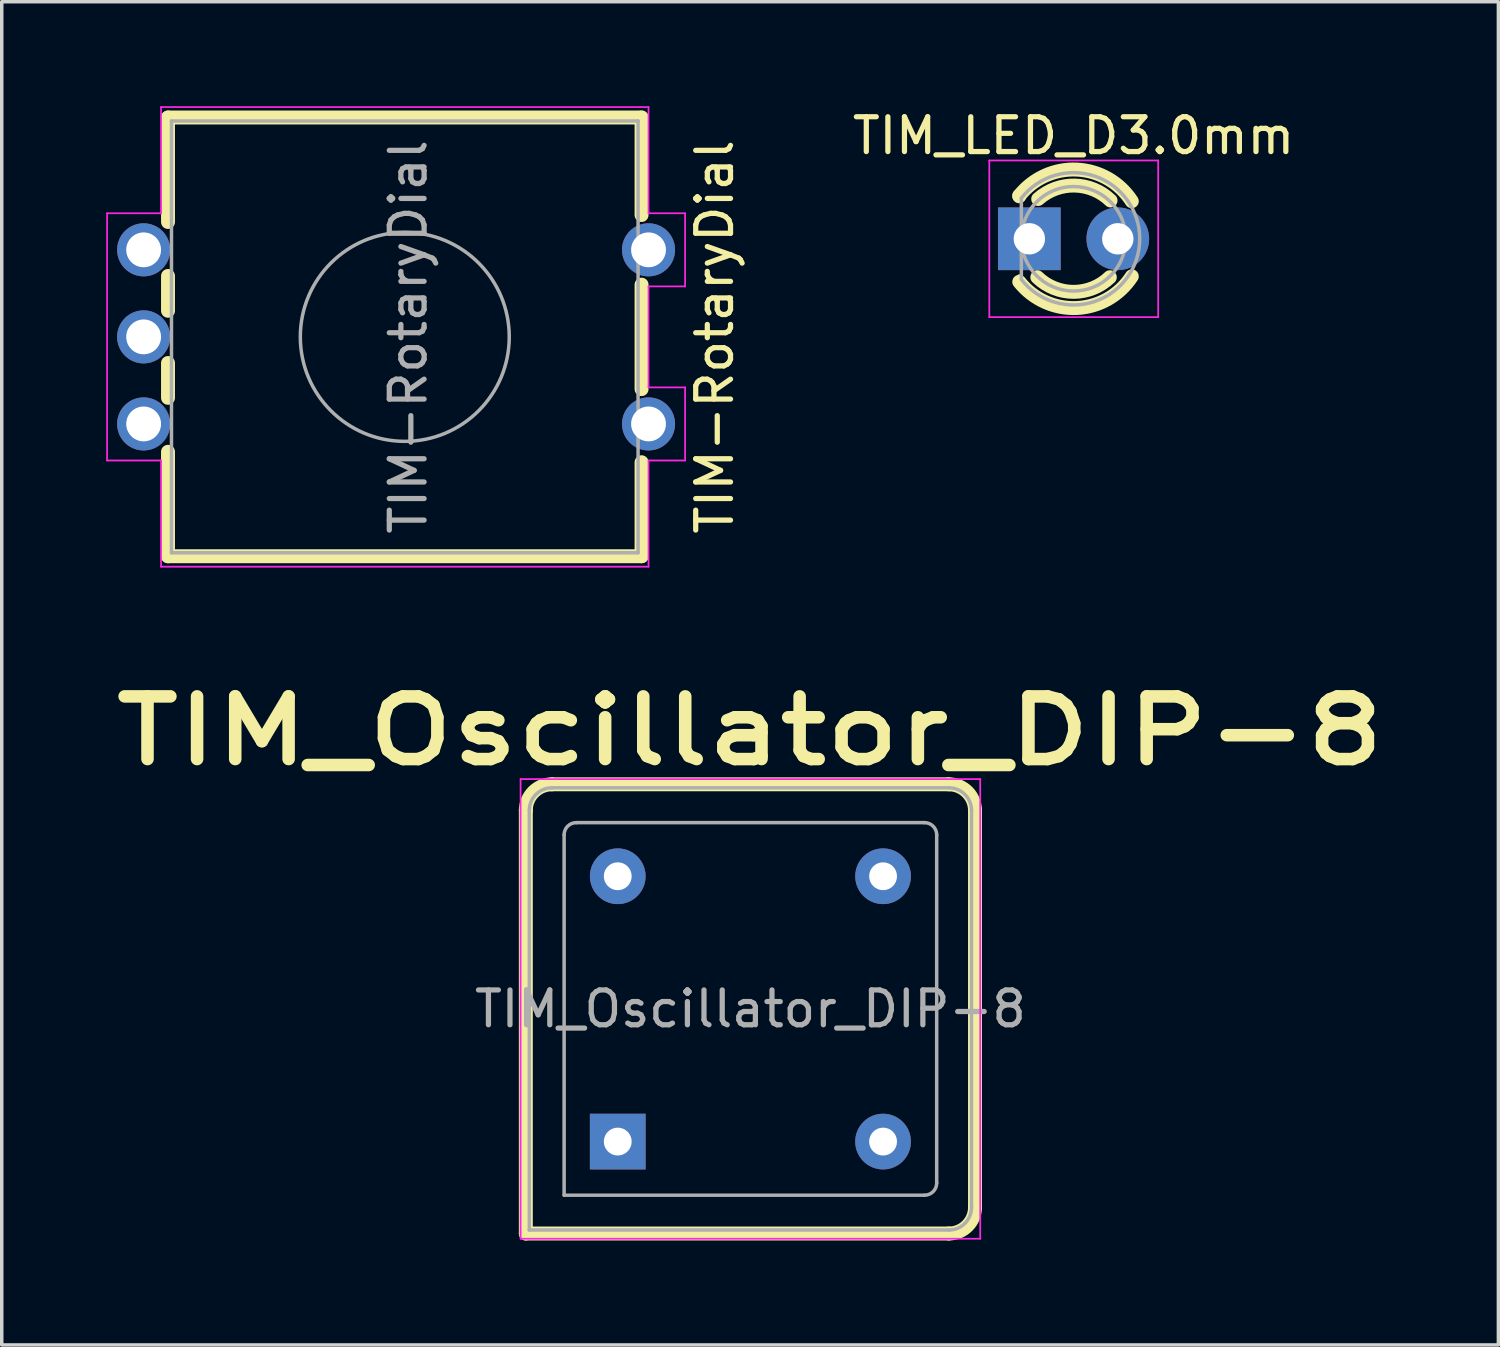
<source format=kicad_pcb>
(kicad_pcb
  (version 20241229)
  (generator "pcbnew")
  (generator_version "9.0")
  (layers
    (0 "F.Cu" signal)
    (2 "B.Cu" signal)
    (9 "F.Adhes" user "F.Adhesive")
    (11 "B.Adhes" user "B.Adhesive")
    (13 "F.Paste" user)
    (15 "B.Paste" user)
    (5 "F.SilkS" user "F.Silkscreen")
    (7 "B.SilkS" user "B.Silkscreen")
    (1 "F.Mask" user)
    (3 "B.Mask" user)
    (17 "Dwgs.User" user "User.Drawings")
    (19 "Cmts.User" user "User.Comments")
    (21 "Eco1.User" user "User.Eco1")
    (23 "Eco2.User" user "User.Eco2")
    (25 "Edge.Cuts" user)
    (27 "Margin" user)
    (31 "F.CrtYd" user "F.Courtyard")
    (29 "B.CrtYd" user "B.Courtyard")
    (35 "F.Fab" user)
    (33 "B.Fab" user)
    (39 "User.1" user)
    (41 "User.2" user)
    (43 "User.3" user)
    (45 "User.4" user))
  (footprint "TIM-RotaryDial"
    (layer "F.Cu")
    (at 1.075 4.125)
    (property "Reference" "TIM-RotaryDial" (at 16.4 2.5 90) (layer "F.SilkS") (effects (font (size 1 1) (thickness 0.15))))
    (attr through_hole)
    (fp_line (start 0.7 -3.8) (end 14.3 -3.8) (stroke (width 0.4) (type solid)) (layer "F.SilkS"))
    (fp_line (start 0.7 -0.8) (end 0.7 -3.8) (stroke (width 0.4) (type solid)) (layer "F.SilkS"))
    (fp_line (start 0.7 0.75) (end 0.7 1.75) (stroke (width 0.4) (type solid)) (layer "F.SilkS"))
    (fp_line (start 0.7 3.25) (end 0.7 4.25) (stroke (width 0.4) (type solid)) (layer "F.SilkS"))
    (fp_line (start 0.7 5.8) (end 0.7 8.8) (stroke (width 0.4) (type solid)) (layer "F.SilkS"))
    (fp_line (start 14.3 -3.8) (end 14.3 -1) (stroke (width 0.4) (type solid)) (layer "F.SilkS"))
    (fp_line (start 14.3 1) (end 14.3 4) (stroke (width 0.4) (type solid)) (layer "F.SilkS"))
    (fp_line (start 14.3 6.1) (end 14.3 8.8) (stroke (width 0.4) (type solid)) (layer "F.SilkS"))
    (fp_line (start 14.3 8.8) (end 0.7 8.8) (stroke (width 0.4) (type solid)) (layer "F.SilkS"))
    (fp_line (start -1.05 -1.05) (end 0.5 -1.05) (stroke (width 0.05) (type solid)) (layer "F.CrtYd"))
    (fp_line (start -1.05 6.05) (end -1.05 -1.05) (stroke (width 0.05) (type solid)) (layer "F.CrtYd"))
    (fp_line (start 0.5 -4.1) (end 14.5 -4.1) (stroke (width 0.05) (type solid)) (layer "F.CrtYd"))
    (fp_line (start 0.5 -1.05) (end 0.5 -4.1) (stroke (width 0.05) (type solid)) (layer "F.CrtYd"))
    (fp_line (start 0.5 6.05) (end -1.05 6.05) (stroke (width 0.05) (type solid)) (layer "F.CrtYd"))
    (fp_line (start 0.5 9.1) (end 0.5 6.05) (stroke (width 0.05) (type solid)) (layer "F.CrtYd"))
    (fp_line (start 14.5 -4.1) (end 14.5 -1.05) (stroke (width 0.05) (type solid)) (layer "F.CrtYd"))
    (fp_line (start 14.5 -1.05) (end 15.55 -1.05) (stroke (width 0.05) (type solid)) (layer "F.CrtYd"))
    (fp_line (start 14.5 1.05) (end 14.5 3.95) (stroke (width 0.05) (type solid)) (layer "F.CrtYd"))
    (fp_line (start 14.5 3.95) (end 15.55 3.95) (stroke (width 0.05) (type solid)) (layer "F.CrtYd"))
    (fp_line (start 14.5 6.05) (end 14.5 9.1) (stroke (width 0.05) (type solid)) (layer "F.CrtYd"))
    (fp_line (start 14.5 9.1) (end 0.5 9.1) (stroke (width 0.05) (type solid)) (layer "F.CrtYd"))
    (fp_line (start 15.55 -1.05) (end 15.55 1.05) (stroke (width 0.05) (type solid)) (layer "F.CrtYd"))
    (fp_line (start 15.55 1.05) (end 14.5 1.05) (stroke (width 0.05) (type solid)) (layer "F.CrtYd"))
    (fp_line (start 15.55 3.95) (end 15.55 6.05) (stroke (width 0.05) (type solid)) (layer "F.CrtYd"))
    (fp_line (start 15.55 6.05) (end 14.5 6.05) (stroke (width 0.05) (type solid)) (layer "F.CrtYd"))
    (fp_line (start 0.8 -3.7) (end 0.8 8.7) (stroke (width 0.1) (type solid)) (layer "F.Fab"))
    (fp_line (start 0.8 8.7) (end 14.2 8.7) (stroke (width 0.1) (type solid)) (layer "F.Fab"))
    (fp_line (start 14.2 -3.7) (end 0.8 -3.7) (stroke (width 0.1) (type solid)) (layer "F.Fab"))
    (fp_line (start 14.2 8.7) (end 14.2 -3.7) (stroke (width 0.1) (type solid)) (layer "F.Fab"))
    (fp_circle (center 7.5 2.5) (end 10.5 2.5) (stroke (width 0.1) (type solid)) (fill no) (layer "F.Fab"))
    (fp_text user "${REFERENCE}" (at 7.6 2.5 90) (layer "F.Fab") (effects (font (size 1 1) (thickness 0.15))))
    (pad "A" thru_hole circle (at 0 0 270) (size 1.524 1.524) (drill 1) (layers "*.Cu" "*.Mask"))
    (pad "B" thru_hole circle (at 0 5 270) (size 1.524 1.524) (drill 1) (layers "*.Cu" "*.Mask"))
    (pad "C" thru_hole circle (at 0 2.5 270) (size 1.524 1.524) (drill 1) (layers "*.Cu" "*.Mask"))
    (pad "D" thru_hole circle (at 14.5 0 270) (size 1.524 1.524) (drill 1) (layers "*.Cu" "*.Mask"))
    (pad "E" thru_hole circle (at 14.5 5 270) (size 1.524 1.524) (drill 1) (layers "*.Cu" "*.Mask")))
  (footprint "TIM_Oscillator_DIP-8"
    (layer "F.Cu")
    (at 14.691 29.735)
    (property "Reference" "TIM_Oscillator_DIP-8" (at 3.8 -11.8 0) (layer "F.SilkS") (effects (font (size 1.8 2.3) (thickness 0.36) (bold yes))))
    (attr through_hole)
    (fp_line (start -2.64 -9.51) (end -2.64 2.64) (stroke (width 0.4) (type solid)) (layer "F.SilkS"))
    (fp_line (start -2.64 2.64) (end 9.51 2.64) (stroke (width 0.4) (type solid)) (layer "F.SilkS"))
    (fp_line (start 9.51 -10.26) (end -1.89 -10.26) (stroke (width 0.4) (type solid)) (layer "F.SilkS"))
    (fp_line (start 10.26 1.89) (end 10.26 -9.51) (stroke (width 0.4) (type solid)) (layer "F.SilkS"))
    (fp_arc (start -2.64 -9.51) (mid -2.42033 -10.04033) (end -1.89 -10.26) (stroke (width 0.4) (type solid)) (layer "F.SilkS"))
    (fp_arc (start 9.51 -10.26) (mid 10.04033 -10.04033) (end 10.26 -9.51) (stroke (width 0.4) (type solid)) (layer "F.SilkS"))
    (fp_arc (start 10.26 1.89) (mid 10.04033 2.42033) (end 9.51 2.64) (stroke (width 0.4) (type solid)) (layer "F.SilkS"))
    (fp_line (start -2.79 -10.41) (end -2.79 2.79) (stroke (width 0.05) (type solid)) (layer "F.CrtYd"))
    (fp_line (start -2.79 2.79) (end 10.41 2.79) (stroke (width 0.05) (type solid)) (layer "F.CrtYd"))
    (fp_line (start 10.41 -10.41) (end -2.79 -10.41) (stroke (width 0.05) (type solid)) (layer "F.CrtYd"))
    (fp_line (start 10.41 2.79) (end 10.41 -10.41) (stroke (width 0.05) (type solid)) (layer "F.CrtYd"))
    (fp_line (start -2.54 2.54) (end -2.54 -9.51) (stroke (width 0.1) (type solid)) (layer "F.Fab"))
    (fp_line (start -2.54 2.54) (end 9.51 2.54) (stroke (width 0.1) (type solid)) (layer "F.Fab"))
    (fp_line (start -1.89 -10.16) (end 9.51 -10.16) (stroke (width 0.1) (type solid)) (layer "F.Fab"))
    (fp_line (start -1.54 1.54) (end -1.54 -8.81) (stroke (width 0.1) (type solid)) (layer "F.Fab"))
    (fp_line (start -1.54 1.54) (end 8.81 1.54) (stroke (width 0.1) (type solid)) (layer "F.Fab"))
    (fp_line (start -1.19 -9.16) (end 8.81 -9.16) (stroke (width 0.1) (type solid)) (layer "F.Fab"))
    (fp_line (start 9.16 1.19) (end 9.16 -8.81) (stroke (width 0.1) (type solid)) (layer "F.Fab"))
    (fp_line (start 10.16 -9.51) (end 10.16 1.89) (stroke (width 0.1) (type solid)) (layer "F.Fab"))
    (fp_arc (start -2.54 -9.51) (mid -2.349619 -9.969619) (end -1.89 -10.16) (stroke (width 0.1) (type solid)) (layer "F.Fab"))
    (fp_arc (start -1.54 -8.81) (mid -1.437487 -9.057487) (end -1.19 -9.16) (stroke (width 0.1) (type solid)) (layer "F.Fab"))
    (fp_arc (start 8.81 -9.16) (mid 9.057487 -9.057487) (end 9.16 -8.81) (stroke (width 0.1) (type solid)) (layer "F.Fab"))
    (fp_arc (start 9.16 1.19) (mid 9.057487 1.437487) (end 8.81 1.54) (stroke (width 0.1) (type solid)) (layer "F.Fab"))
    (fp_arc (start 9.51 -10.16) (mid 9.969619 -9.969619) (end 10.16 -9.51) (stroke (width 0.1) (type solid)) (layer "F.Fab"))
    (fp_arc (start 10.16 1.89) (mid 9.969619 2.349619) (end 9.51 2.54) (stroke (width 0.1) (type solid)) (layer "F.Fab"))
    (fp_text user "${REFERENCE}" (at 3.81 -3.81 0) (layer "F.Fab") (effects (font (size 1 1) (thickness 0.15))))
    (pad "1" thru_hole rect (at 0 0) (size 1.6 1.6) (drill 0.8) (layers "*.Cu" "*.Mask"))
    (pad "4" thru_hole circle (at 7.62 0) (size 1.6 1.6) (drill 0.8) (layers "*.Cu" "*.Mask"))
    (pad "5" thru_hole circle (at 7.62 -7.62) (size 1.6 1.6) (drill 0.8) (layers "*.Cu" "*.Mask"))
    (pad "8" thru_hole circle (at 0 -7.62) (size 1.6 1.6) (drill 0.8) (layers "*.Cu" "*.Mask")))
  (footprint "TIM_LED_D3.0mm"
    (layer "F.Cu")
    (at 26.512 3.808)
    (property "Reference" "TIM_LED_D3.0mm" (at 1.27 -2.96 0) (layer "F.SilkS") (effects (font (size 1 1) (thickness 0.15))))
    (attr through_hole)
    (fp_line (start -0.29 -1.221) (end -0.29 -1.236) (stroke (width 0.4) (type solid)) (layer "F.SilkS"))
    (fp_line (start -0.29 1.08) (end -0.29 1.236) (stroke (width 0.12) (type solid)) (layer "F.SilkS"))
    (fp_arc (start -0.29 -1.235516) (mid 1.366487 -1.987659) (end 2.942335 -1.078608) (stroke (width 0.4) (type solid)) (layer "F.SilkS"))
    (fp_arc (start 0.254001 -1.142999) (mid 1.300972 -1.528967) (end 2.331453 -1.100916) (stroke (width 0.4) (type solid)) (layer "F.SilkS"))
    (fp_arc (start 2.311013 1.103836) (mid 1.27 1.524) (end 0.228922 1.103999) (stroke (width 0.4) (type solid)) (layer "F.SilkS"))
    (fp_arc (start 2.942335 1.078608) (mid 1.366487 1.98766) (end -0.29 1.235516) (stroke (width 0.4) (type solid)) (layer "F.SilkS"))
    (fp_line (start -1.15 -2.25) (end -1.15 2.25) (stroke (width 0.05) (type solid)) (layer "F.CrtYd"))
    (fp_line (start -1.15 2.25) (end 3.7 2.25) (stroke (width 0.05) (type solid)) (layer "F.CrtYd"))
    (fp_line (start 3.7 -2.25) (end -1.15 -2.25) (stroke (width 0.05) (type solid)) (layer "F.CrtYd"))
    (fp_line (start 3.7 2.25) (end 3.7 -2.25) (stroke (width 0.05) (type solid)) (layer "F.CrtYd"))
    (fp_line (start -0.23 -1.166) (end -0.23 1.166) (stroke (width 0.1) (type solid)) (layer "F.Fab"))
    (fp_arc (start -0.23 -1.16619) (mid 3.17 0.000452) (end -0.230555 1.165476) (stroke (width 0.1) (type solid)) (layer "F.Fab"))
    (fp_circle (center 1.27 0) (end 2.77 0) (stroke (width 0.1) (type solid)) (fill no) (layer "F.Fab"))
    (pad "1" thru_hole rect (at 0 0) (size 1.8 1.8) (drill 0.9) (layers "*.Cu" "*.Mask"))
    (pad "2" thru_hole circle (at 2.54 0) (size 1.8 1.8) (drill 0.9) (layers "*.Cu" "*.Mask")))
  (gr_rect
    (start -3 -3)
    (end 39.982 35.575)
    (stroke (width 0.1) (type default))
    (fill no)
    (layer "Edge.Cuts")))
</source>
